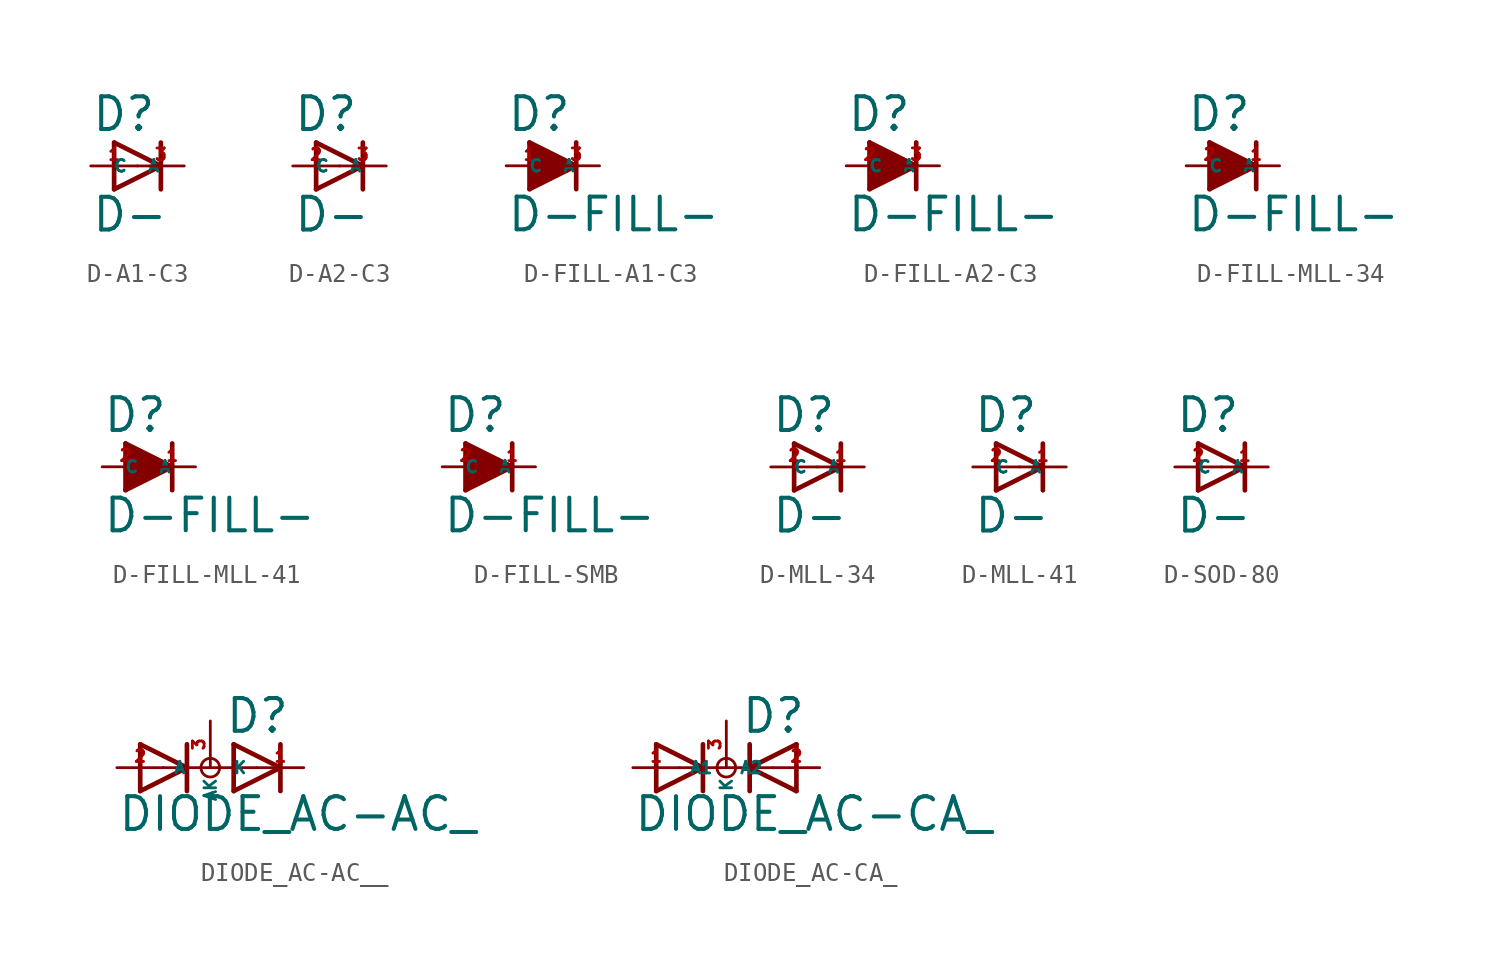
<source format=kicad_sym>
(kicad_symbol_lib
  (version 20220914)
  (generator Eagle2Kicad)
  (symbol "D-A1-C3"
    (property "Reference" "D"
      (at -2.54 1.778 0)
      (effects (font (size 1.778 1.778) (thickness 0.22)) (justify left bottom)))
    (property "Value" "D-"
      (at -2.54 -3.683 0)
      (effects (font (size 1.778 1.778) (thickness 0.22)) (justify left bottom)))
    (polyline
      (pts (xy -1.27 -1.27) (xy 1.27 0))
      (stroke (width 0.254) (type default))
      (fill (type none)))
    (polyline
      (pts (xy 1.27 0) (xy -1.27 1.27))
      (stroke (width 0.254) (type default))
      (fill (type none)))
    (polyline
      (pts (xy 1.27 1.27) (xy 1.27 0))
      (stroke (width 0.254) (type default))
      (fill (type none)))
    (polyline
      (pts (xy -1.27 1.27) (xy -1.27 -1.27))
      (stroke (width 0.254) (type default))
      (fill (type none)))
    (polyline
      (pts (xy 1.27 0) (xy 1.27 -1.27))
      (stroke (width 0.254) (type default))
      (fill (type none)))
    (pin passive line
      (at -2.54 0 0)
      (length 2.54)
      (name "A" (effects (font (size 0.635 0.635) (thickness 0.08)) (justify left bottom)))
      (number "1" (effects (font (size 0.635 0.635) (thickness 0.08)) (justify left bottom))))
    (pin passive line
      (at 2.54 0 180)
      (length 2.54)
      (name "C" (effects (font (size 0.635 0.635) (thickness 0.08)) (justify left bottom)))
      (number "3" (effects (font (size 0.635 0.635) (thickness 0.08)) (justify left bottom)))))
  (symbol "D-A2-C3"
    (property "Reference" "D"
      (at -2.54 1.778 0)
      (effects (font (size 1.778 1.778) (thickness 0.22)) (justify left bottom)))
    (property "Value" "D-"
      (at -2.54 -3.683 0)
      (effects (font (size 1.778 1.778) (thickness 0.22)) (justify left bottom)))
    (polyline
      (pts (xy -1.27 -1.27) (xy 1.27 0))
      (stroke (width 0.254) (type default))
      (fill (type none)))
    (polyline
      (pts (xy 1.27 0) (xy -1.27 1.27))
      (stroke (width 0.254) (type default))
      (fill (type none)))
    (polyline
      (pts (xy 1.27 1.27) (xy 1.27 0))
      (stroke (width 0.254) (type default))
      (fill (type none)))
    (polyline
      (pts (xy -1.27 1.27) (xy -1.27 -1.27))
      (stroke (width 0.254) (type default))
      (fill (type none)))
    (polyline
      (pts (xy 1.27 0) (xy 1.27 -1.27))
      (stroke (width 0.254) (type default))
      (fill (type none)))
    (pin passive line
      (at -2.54 0 0)
      (length 2.54)
      (name "A" (effects (font (size 0.635 0.635) (thickness 0.08)) (justify left bottom)))
      (number "2" (effects (font (size 0.635 0.635) (thickness 0.08)) (justify left bottom))))
    (pin passive line
      (at 2.54 0 180)
      (length 2.54)
      (name "C" (effects (font (size 0.635 0.635) (thickness 0.08)) (justify left bottom)))
      (number "3" (effects (font (size 0.635 0.635) (thickness 0.08)) (justify left bottom)))))
  (symbol "D-FILL-A1-C3"
    (property "Reference" "D"
      (at -2.54 1.778 0)
      (effects (font (size 1.778 1.778) (thickness 0.22)) (justify left bottom)))
    (property "Value" "D-FILL-"
      (at -2.54 -3.683 0)
      (effects (font (size 1.778 1.778) (thickness 0.22)) (justify left bottom)))
    (polyline
      (pts (xy -1.27 -1.27) (xy 1.27 0))
      (stroke (width 0.254) (type default))
      (fill (type none)))
    (polyline
      (pts (xy 1.27 0) (xy -1.27 1.27))
      (stroke (width 0.254) (type default))
      (fill (type none)))
    (polyline
      (pts (xy 1.27 1.27) (xy 1.27 0))
      (stroke (width 0.254) (type default))
      (fill (type none)))
    (polyline
      (pts (xy -1.27 1.27) (xy -1.27 -1.27))
      (stroke (width 0.254) (type default))
      (fill (type none)))
    (polyline
      (pts (xy 1.27 0) (xy 1.27 -1.27))
      (stroke (width 0.254) (type default))
      (fill (type none)))
    (polyline
      (pts (xy 0.635 0) (xy -1.016 0.889))
      (stroke (width 0.61) (type default))
      (fill (type none)))
    (polyline
      (pts (xy -1.016 0.889) (xy -1.016 -0.889))
      (stroke (width 0.61) (type default))
      (fill (type none)))
    (polyline
      (pts (xy -1.016 -0.889) (xy 0.254 -0.127))
      (stroke (width 0.61) (type default))
      (fill (type none)))
    (polyline
      (pts (xy 0.254 -0.127) (xy -0.635 0.254))
      (stroke (width 0.61) (type default))
      (fill (type none)))
    (polyline
      (pts (xy -0.635 0.254) (xy -0.635 -0.254))
      (stroke (width 0.61) (type default))
      (fill (type none)))
    (pin passive line
      (at -2.54 0 0)
      (length 2.54)
      (name "A" (effects (font (size 0.635 0.635) (thickness 0.08)) (justify left bottom)))
      (number "1" (effects (font (size 0.635 0.635) (thickness 0.08)) (justify left bottom))))
    (pin passive line
      (at 2.54 0 180)
      (length 2.54)
      (name "C" (effects (font (size 0.635 0.635) (thickness 0.08)) (justify left bottom)))
      (number "3" (effects (font (size 0.635 0.635) (thickness 0.08)) (justify left bottom)))))
  (symbol "D-FILL-A2-C3"
    (property "Reference" "D"
      (at -2.54 1.778 0)
      (effects (font (size 1.778 1.778) (thickness 0.22)) (justify left bottom)))
    (property "Value" "D-FILL-"
      (at -2.54 -3.683 0)
      (effects (font (size 1.778 1.778) (thickness 0.22)) (justify left bottom)))
    (polyline
      (pts (xy -1.27 -1.27) (xy 1.27 0))
      (stroke (width 0.254) (type default))
      (fill (type none)))
    (polyline
      (pts (xy 1.27 0) (xy -1.27 1.27))
      (stroke (width 0.254) (type default))
      (fill (type none)))
    (polyline
      (pts (xy 1.27 1.27) (xy 1.27 0))
      (stroke (width 0.254) (type default))
      (fill (type none)))
    (polyline
      (pts (xy -1.27 1.27) (xy -1.27 -1.27))
      (stroke (width 0.254) (type default))
      (fill (type none)))
    (polyline
      (pts (xy 1.27 0) (xy 1.27 -1.27))
      (stroke (width 0.254) (type default))
      (fill (type none)))
    (polyline
      (pts (xy 0.635 0) (xy -1.016 0.889))
      (stroke (width 0.61) (type default))
      (fill (type none)))
    (polyline
      (pts (xy -1.016 0.889) (xy -1.016 -0.889))
      (stroke (width 0.61) (type default))
      (fill (type none)))
    (polyline
      (pts (xy -1.016 -0.889) (xy 0.254 -0.127))
      (stroke (width 0.61) (type default))
      (fill (type none)))
    (polyline
      (pts (xy 0.254 -0.127) (xy -0.635 0.254))
      (stroke (width 0.61) (type default))
      (fill (type none)))
    (polyline
      (pts (xy -0.635 0.254) (xy -0.635 -0.254))
      (stroke (width 0.61) (type default))
      (fill (type none)))
    (pin passive line
      (at -2.54 0 0)
      (length 2.54)
      (name "A" (effects (font (size 0.635 0.635) (thickness 0.08)) (justify left bottom)))
      (number "2" (effects (font (size 0.635 0.635) (thickness 0.08)) (justify left bottom))))
    (pin passive line
      (at 2.54 0 180)
      (length 2.54)
      (name "C" (effects (font (size 0.635 0.635) (thickness 0.08)) (justify left bottom)))
      (number "3" (effects (font (size 0.635 0.635) (thickness 0.08)) (justify left bottom)))))
  (symbol "D-FILL-MLL-34"
    (property "Reference" "D"
      (at -2.54 1.778 0)
      (effects (font (size 1.778 1.778) (thickness 0.22)) (justify left bottom)))
    (property "Value" "D-FILL-"
      (at -2.54 -3.683 0)
      (effects (font (size 1.778 1.778) (thickness 0.22)) (justify left bottom)))
    (polyline
      (pts (xy -1.27 -1.27) (xy 1.27 0))
      (stroke (width 0.254) (type default))
      (fill (type none)))
    (polyline
      (pts (xy 1.27 0) (xy -1.27 1.27))
      (stroke (width 0.254) (type default))
      (fill (type none)))
    (polyline
      (pts (xy 1.27 1.27) (xy 1.27 0))
      (stroke (width 0.254) (type default))
      (fill (type none)))
    (polyline
      (pts (xy -1.27 1.27) (xy -1.27 -1.27))
      (stroke (width 0.254) (type default))
      (fill (type none)))
    (polyline
      (pts (xy 1.27 0) (xy 1.27 -1.27))
      (stroke (width 0.254) (type default))
      (fill (type none)))
    (polyline
      (pts (xy 0.635 0) (xy -1.016 0.889))
      (stroke (width 0.61) (type default))
      (fill (type none)))
    (polyline
      (pts (xy -1.016 0.889) (xy -1.016 -0.889))
      (stroke (width 0.61) (type default))
      (fill (type none)))
    (polyline
      (pts (xy -1.016 -0.889) (xy 0.254 -0.127))
      (stroke (width 0.61) (type default))
      (fill (type none)))
    (polyline
      (pts (xy 0.254 -0.127) (xy -0.635 0.254))
      (stroke (width 0.61) (type default))
      (fill (type none)))
    (polyline
      (pts (xy -0.635 0.254) (xy -0.635 -0.254))
      (stroke (width 0.61) (type default))
      (fill (type none)))
    (pin passive line
      (at -2.54 0 0)
      (length 2.54)
      (name "A" (effects (font (size 0.635 0.635) (thickness 0.08)) (justify left bottom)))
      (number "2" (effects (font (size 0.635 0.635) (thickness 0.08)) (justify left bottom))))
    (pin passive line
      (at 2.54 0 180)
      (length 2.54)
      (name "C" (effects (font (size 0.635 0.635) (thickness 0.08)) (justify left bottom)))
      (number "1" (effects (font (size 0.635 0.635) (thickness 0.08)) (justify left bottom)))))
  (symbol "D-FILL-MLL-41"
    (property "Reference" "D"
      (at -2.54 1.778 0)
      (effects (font (size 1.778 1.778) (thickness 0.22)) (justify left bottom)))
    (property "Value" "D-FILL-"
      (at -2.54 -3.683 0)
      (effects (font (size 1.778 1.778) (thickness 0.22)) (justify left bottom)))
    (polyline
      (pts (xy -1.27 -1.27) (xy 1.27 0))
      (stroke (width 0.254) (type default))
      (fill (type none)))
    (polyline
      (pts (xy 1.27 0) (xy -1.27 1.27))
      (stroke (width 0.254) (type default))
      (fill (type none)))
    (polyline
      (pts (xy 1.27 1.27) (xy 1.27 0))
      (stroke (width 0.254) (type default))
      (fill (type none)))
    (polyline
      (pts (xy -1.27 1.27) (xy -1.27 -1.27))
      (stroke (width 0.254) (type default))
      (fill (type none)))
    (polyline
      (pts (xy 1.27 0) (xy 1.27 -1.27))
      (stroke (width 0.254) (type default))
      (fill (type none)))
    (polyline
      (pts (xy 0.635 0) (xy -1.016 0.889))
      (stroke (width 0.61) (type default))
      (fill (type none)))
    (polyline
      (pts (xy -1.016 0.889) (xy -1.016 -0.889))
      (stroke (width 0.61) (type default))
      (fill (type none)))
    (polyline
      (pts (xy -1.016 -0.889) (xy 0.254 -0.127))
      (stroke (width 0.61) (type default))
      (fill (type none)))
    (polyline
      (pts (xy 0.254 -0.127) (xy -0.635 0.254))
      (stroke (width 0.61) (type default))
      (fill (type none)))
    (polyline
      (pts (xy -0.635 0.254) (xy -0.635 -0.254))
      (stroke (width 0.61) (type default))
      (fill (type none)))
    (pin passive line
      (at -2.54 0 0)
      (length 2.54)
      (name "A" (effects (font (size 0.635 0.635) (thickness 0.08)) (justify left bottom)))
      (number "2" (effects (font (size 0.635 0.635) (thickness 0.08)) (justify left bottom))))
    (pin passive line
      (at 2.54 0 180)
      (length 2.54)
      (name "C" (effects (font (size 0.635 0.635) (thickness 0.08)) (justify left bottom)))
      (number "1" (effects (font (size 0.635 0.635) (thickness 0.08)) (justify left bottom)))))
  (symbol "D-FILL-SMB"
    (property "Reference" "D"
      (at -2.54 1.778 0)
      (effects (font (size 1.778 1.778) (thickness 0.22)) (justify left bottom)))
    (property "Value" "D-FILL-"
      (at -2.54 -3.683 0)
      (effects (font (size 1.778 1.778) (thickness 0.22)) (justify left bottom)))
    (polyline
      (pts (xy -1.27 -1.27) (xy 1.27 0))
      (stroke (width 0.254) (type default))
      (fill (type none)))
    (polyline
      (pts (xy 1.27 0) (xy -1.27 1.27))
      (stroke (width 0.254) (type default))
      (fill (type none)))
    (polyline
      (pts (xy 1.27 1.27) (xy 1.27 0))
      (stroke (width 0.254) (type default))
      (fill (type none)))
    (polyline
      (pts (xy -1.27 1.27) (xy -1.27 -1.27))
      (stroke (width 0.254) (type default))
      (fill (type none)))
    (polyline
      (pts (xy 1.27 0) (xy 1.27 -1.27))
      (stroke (width 0.254) (type default))
      (fill (type none)))
    (polyline
      (pts (xy 0.635 0) (xy -1.016 0.889))
      (stroke (width 0.61) (type default))
      (fill (type none)))
    (polyline
      (pts (xy -1.016 0.889) (xy -1.016 -0.889))
      (stroke (width 0.61) (type default))
      (fill (type none)))
    (polyline
      (pts (xy -1.016 -0.889) (xy 0.254 -0.127))
      (stroke (width 0.61) (type default))
      (fill (type none)))
    (polyline
      (pts (xy 0.254 -0.127) (xy -0.635 0.254))
      (stroke (width 0.61) (type default))
      (fill (type none)))
    (polyline
      (pts (xy -0.635 0.254) (xy -0.635 -0.254))
      (stroke (width 0.61) (type default))
      (fill (type none)))
    (pin passive line
      (at -2.54 0 0)
      (length 2.54)
      (name "A" (effects (font (size 0.635 0.635) (thickness 0.08)) (justify left bottom)))
      (number "2" (effects (font (size 0.635 0.635) (thickness 0.08)) (justify left bottom))))
    (pin passive line
      (at 2.54 0 180)
      (length 2.54)
      (name "C" (effects (font (size 0.635 0.635) (thickness 0.08)) (justify left bottom)))
      (number "1" (effects (font (size 0.635 0.635) (thickness 0.08)) (justify left bottom)))))
  (symbol "D-MLL-34"
    (property "Reference" "D"
      (at -2.54 1.778 0)
      (effects (font (size 1.778 1.778) (thickness 0.22)) (justify left bottom)))
    (property "Value" "D-"
      (at -2.54 -3.683 0)
      (effects (font (size 1.778 1.778) (thickness 0.22)) (justify left bottom)))
    (polyline
      (pts (xy -1.27 -1.27) (xy 1.27 0))
      (stroke (width 0.254) (type default))
      (fill (type none)))
    (polyline
      (pts (xy 1.27 0) (xy -1.27 1.27))
      (stroke (width 0.254) (type default))
      (fill (type none)))
    (polyline
      (pts (xy 1.27 1.27) (xy 1.27 0))
      (stroke (width 0.254) (type default))
      (fill (type none)))
    (polyline
      (pts (xy -1.27 1.27) (xy -1.27 -1.27))
      (stroke (width 0.254) (type default))
      (fill (type none)))
    (polyline
      (pts (xy 1.27 0) (xy 1.27 -1.27))
      (stroke (width 0.254) (type default))
      (fill (type none)))
    (pin passive line
      (at -2.54 0 0)
      (length 2.54)
      (name "A" (effects (font (size 0.635 0.635) (thickness 0.08)) (justify left bottom)))
      (number "2" (effects (font (size 0.635 0.635) (thickness 0.08)) (justify left bottom))))
    (pin passive line
      (at 2.54 0 180)
      (length 2.54)
      (name "C" (effects (font (size 0.635 0.635) (thickness 0.08)) (justify left bottom)))
      (number "1" (effects (font (size 0.635 0.635) (thickness 0.08)) (justify left bottom)))))
  (symbol "D-MLL-41"
    (property "Reference" "D"
      (at -2.54 1.778 0)
      (effects (font (size 1.778 1.778) (thickness 0.22)) (justify left bottom)))
    (property "Value" "D-"
      (at -2.54 -3.683 0)
      (effects (font (size 1.778 1.778) (thickness 0.22)) (justify left bottom)))
    (polyline
      (pts (xy -1.27 -1.27) (xy 1.27 0))
      (stroke (width 0.254) (type default))
      (fill (type none)))
    (polyline
      (pts (xy 1.27 0) (xy -1.27 1.27))
      (stroke (width 0.254) (type default))
      (fill (type none)))
    (polyline
      (pts (xy 1.27 1.27) (xy 1.27 0))
      (stroke (width 0.254) (type default))
      (fill (type none)))
    (polyline
      (pts (xy -1.27 1.27) (xy -1.27 -1.27))
      (stroke (width 0.254) (type default))
      (fill (type none)))
    (polyline
      (pts (xy 1.27 0) (xy 1.27 -1.27))
      (stroke (width 0.254) (type default))
      (fill (type none)))
    (pin passive line
      (at -2.54 0 0)
      (length 2.54)
      (name "A" (effects (font (size 0.635 0.635) (thickness 0.08)) (justify left bottom)))
      (number "2" (effects (font (size 0.635 0.635) (thickness 0.08)) (justify left bottom))))
    (pin passive line
      (at 2.54 0 180)
      (length 2.54)
      (name "C" (effects (font (size 0.635 0.635) (thickness 0.08)) (justify left bottom)))
      (number "1" (effects (font (size 0.635 0.635) (thickness 0.08)) (justify left bottom)))))
  (symbol "D-SOD-80"
    (property "Reference" "D"
      (at -2.54 1.778 0)
      (effects (font (size 1.778 1.778) (thickness 0.22)) (justify left bottom)))
    (property "Value" "D-"
      (at -2.54 -3.683 0)
      (effects (font (size 1.778 1.778) (thickness 0.22)) (justify left bottom)))
    (polyline
      (pts (xy -1.27 -1.27) (xy 1.27 0))
      (stroke (width 0.254) (type default))
      (fill (type none)))
    (polyline
      (pts (xy 1.27 0) (xy -1.27 1.27))
      (stroke (width 0.254) (type default))
      (fill (type none)))
    (polyline
      (pts (xy 1.27 1.27) (xy 1.27 0))
      (stroke (width 0.254) (type default))
      (fill (type none)))
    (polyline
      (pts (xy -1.27 1.27) (xy -1.27 -1.27))
      (stroke (width 0.254) (type default))
      (fill (type none)))
    (polyline
      (pts (xy 1.27 0) (xy 1.27 -1.27))
      (stroke (width 0.254) (type default))
      (fill (type none)))
    (pin passive line
      (at -2.54 0 0)
      (length 2.54)
      (name "A" (effects (font (size 0.635 0.635) (thickness 0.08)) (justify left bottom)))
      (number "2" (effects (font (size 0.635 0.635) (thickness 0.08)) (justify left bottom))))
    (pin passive line
      (at 2.54 0 180)
      (length 2.54)
      (name "C" (effects (font (size 0.635 0.635) (thickness 0.08)) (justify left bottom)))
      (number "1" (effects (font (size 0.635 0.635) (thickness 0.08)) (justify left bottom)))))
  (symbol "DIODE_AC-AC__"
    (property "Reference" "D"
      (at 0.762 1.778 0)
      (effects (font (size 1.778 1.778) (thickness 0.22)) (justify left bottom)))
    (property "Value" "DIODE_AC-AC_"
      (at -5.08 -3.556 0)
      (effects (font (size 1.778 1.778) (thickness 0.22)) (justify left bottom)))
    (polyline
      (pts (xy -3.81 -1.27) (xy -1.27 0))
      (stroke (width 0.254) (type default))
      (fill (type none)))
    (polyline
      (pts (xy -1.27 0) (xy -3.81 1.27))
      (stroke (width 0.254) (type default))
      (fill (type none)))
    (polyline
      (pts (xy -1.27 1.27) (xy -1.27 0))
      (stroke (width 0.254) (type default))
      (fill (type none)))
    (polyline
      (pts (xy -3.81 1.27) (xy -3.81 -1.27))
      (stroke (width 0.254) (type default))
      (fill (type none)))
    (polyline
      (pts (xy -1.27 0) (xy -1.27 -1.27))
      (stroke (width 0.254) (type default))
      (fill (type none)))
    (polyline
      (pts (xy 1.27 -1.27) (xy 3.81 0))
      (stroke (width 0.254) (type default))
      (fill (type none)))
    (polyline
      (pts (xy 3.81 0) (xy 1.27 1.27))
      (stroke (width 0.254) (type default))
      (fill (type none)))
    (polyline
      (pts (xy 3.81 1.27) (xy 3.81 0))
      (stroke (width 0.254) (type default))
      (fill (type none)))
    (polyline
      (pts (xy 1.27 1.27) (xy 1.27 -1.27))
      (stroke (width 0.254) (type default))
      (fill (type none)))
    (polyline
      (pts (xy 3.81 0) (xy 3.81 -1.27))
      (stroke (width 0.254) (type default))
      (fill (type none)))
    (polyline
      (pts (xy -2.54 0) (xy 2.54 0))
      (stroke (width 0.152) (type default))
      (fill (type none)))
    (circle
      (center 0 0)
      (radius 0.508)
      (stroke (width 0) (type default))
      (fill (type none)))
    (pin passive line
      (at -5.08 0 0)
      (length 2.54)
      (name "A" (effects (font (size 0.635 0.635) (thickness 0.08)) (justify left bottom)))
      (number "2" (effects (font (size 0.635 0.635) (thickness 0.08)) (justify left bottom))))
    (pin passive line
      (at 0 2.54 270)
      (length 2.54)
      (name "AK" (effects (font (size 0.635 0.635) (thickness 0.08)) (justify left bottom)))
      (number "3" (effects (font (size 0.635 0.635) (thickness 0.08)) (justify left bottom))))
    (pin passive line
      (at 5.08 0 180)
      (length 2.54)
      (name "K" (effects (font (size 0.635 0.635) (thickness 0.08)) (justify left bottom)))
      (number "1" (effects (font (size 0.635 0.635) (thickness 0.08)) (justify left bottom)))))
  (symbol "DIODE_AC-CA_"
    (property "Reference" "D"
      (at 0.762 1.778 0)
      (effects (font (size 1.778 1.778) (thickness 0.22)) (justify left bottom)))
    (property "Value" "DIODE_AC-CA_"
      (at -5.08 -3.556 0)
      (effects (font (size 1.778 1.778) (thickness 0.22)) (justify left bottom)))
    (polyline
      (pts (xy -3.81 -1.27) (xy -1.27 0))
      (stroke (width 0.254) (type default))
      (fill (type none)))
    (polyline
      (pts (xy -1.27 0) (xy -3.81 1.27))
      (stroke (width 0.254) (type default))
      (fill (type none)))
    (polyline
      (pts (xy -1.27 1.27) (xy -1.27 0))
      (stroke (width 0.254) (type default))
      (fill (type none)))
    (polyline
      (pts (xy -3.81 1.27) (xy -3.81 -1.27))
      (stroke (width 0.254) (type default))
      (fill (type none)))
    (polyline
      (pts (xy -1.27 0) (xy -1.27 -1.27))
      (stroke (width 0.254) (type default))
      (fill (type none)))
    (polyline
      (pts (xy 3.81 1.27) (xy 1.27 0))
      (stroke (width 0.254) (type default))
      (fill (type none)))
    (polyline
      (pts (xy 1.27 0) (xy 3.81 -1.27))
      (stroke (width 0.254) (type default))
      (fill (type none)))
    (polyline
      (pts (xy 1.27 -1.27) (xy 1.27 0))
      (stroke (width 0.254) (type default))
      (fill (type none)))
    (polyline
      (pts (xy 3.81 -1.27) (xy 3.81 1.27))
      (stroke (width 0.254) (type default))
      (fill (type none)))
    (polyline
      (pts (xy 1.27 0) (xy 1.27 1.27))
      (stroke (width 0.254) (type default))
      (fill (type none)))
    (polyline
      (pts (xy -2.54 0) (xy 2.54 0))
      (stroke (width 0.152) (type default))
      (fill (type none)))
    (circle
      (center 0 0)
      (radius 0.508)
      (stroke (width 0) (type default))
      (fill (type none)))
    (pin passive line
      (at -5.08 0 0)
      (length 2.54)
      (name "A1" (effects (font (size 0.635 0.635) (thickness 0.08)) (justify left bottom)))
      (number "1" (effects (font (size 0.635 0.635) (thickness 0.08)) (justify left bottom))))
    (pin passive line
      (at 0 2.54 270)
      (length 2.54)
      (name "K" (effects (font (size 0.635 0.635) (thickness 0.08)) (justify left bottom)))
      (number "3" (effects (font (size 0.635 0.635) (thickness 0.08)) (justify left bottom))))
    (pin passive line
      (at 5.08 0 180)
      (length 2.54)
      (name "A2" (effects (font (size 0.635 0.635) (thickness 0.08)) (justify left bottom)))
      (number "2" (effects (font (size 0.635 0.635) (thickness 0.08)) (justify left bottom))))))
</source>
